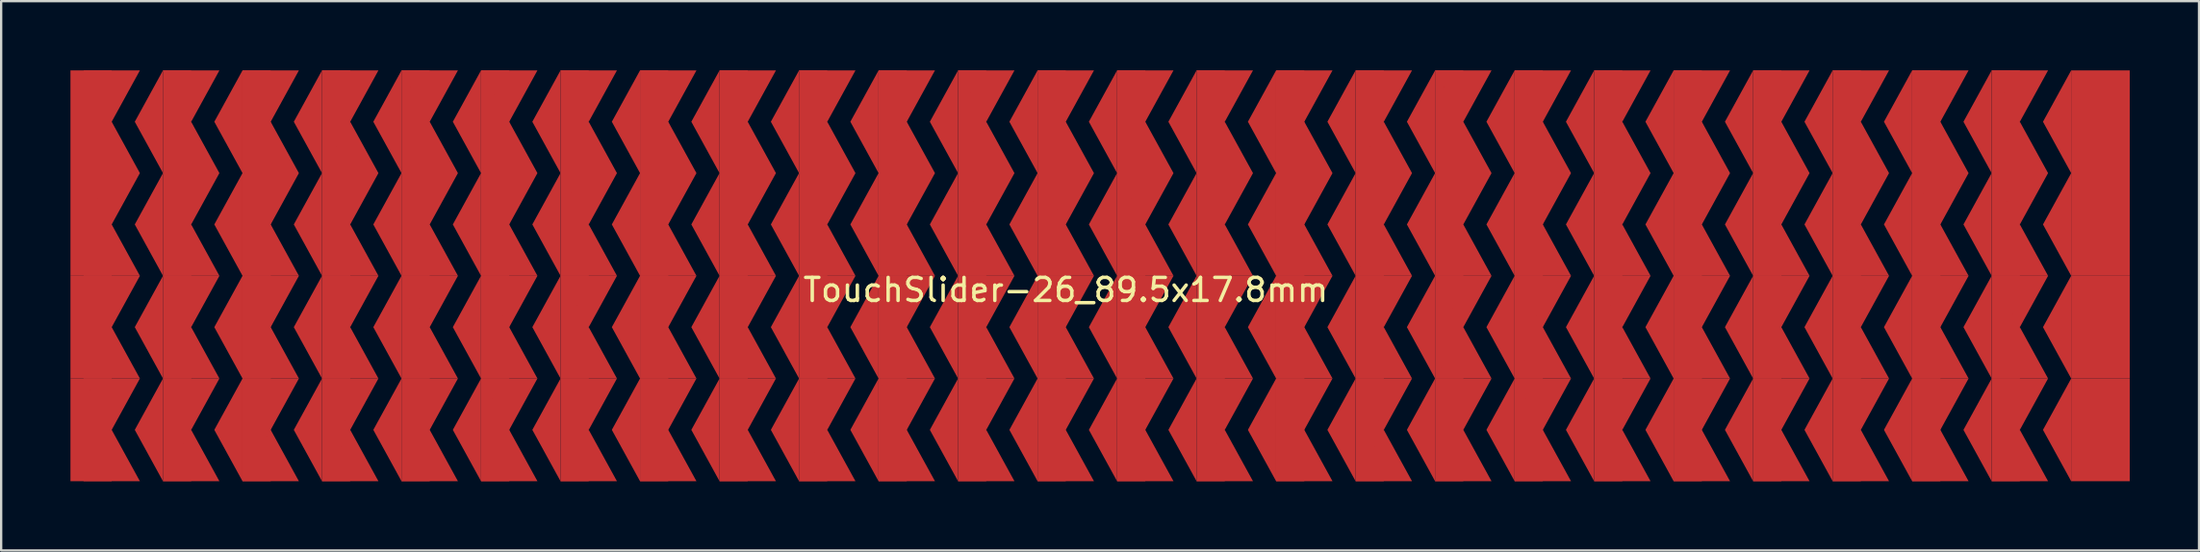
<source format=kicad_pcb>
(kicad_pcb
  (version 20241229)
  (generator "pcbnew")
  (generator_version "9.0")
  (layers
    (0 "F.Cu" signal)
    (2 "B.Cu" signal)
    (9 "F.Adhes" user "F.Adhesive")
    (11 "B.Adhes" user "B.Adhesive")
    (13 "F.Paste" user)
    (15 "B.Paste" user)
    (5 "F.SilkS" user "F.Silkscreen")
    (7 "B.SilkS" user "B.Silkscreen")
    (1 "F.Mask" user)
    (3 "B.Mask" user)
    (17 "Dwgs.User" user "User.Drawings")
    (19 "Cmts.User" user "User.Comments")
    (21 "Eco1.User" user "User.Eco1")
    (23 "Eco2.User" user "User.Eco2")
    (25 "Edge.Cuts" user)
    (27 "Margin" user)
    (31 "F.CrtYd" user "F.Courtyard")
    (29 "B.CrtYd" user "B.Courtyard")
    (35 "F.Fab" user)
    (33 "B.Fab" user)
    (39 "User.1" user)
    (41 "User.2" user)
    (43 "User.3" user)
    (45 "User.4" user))
  (footprint "TouchSlider-26_89.5x17.8mm"
    (layer "F.Cu")
    (at 44.204 8.9)
    (property "Reference" "TouchSlider-26_89.5x17.8mm" (at -1.111 0.613 0) (unlocked yes) (layer "F.SilkS") (effects (font (size 1 1) (thickness 0.15))))
    (attr smd)
    (pad "1" smd rect (at -43.311 -6.675) (size 1.785 4.45) (layers "F.Cu" "F.Mask"))
    (pad "1" smd rect (at -43.311 -2.225) (size 1.785 4.45) (layers "F.Cu" "F.Mask"))
    (pad "1" smd rect (at -43.311 2.225) (size 1.785 4.45) (layers "F.Cu" "F.Mask"))
    (pad "1" smd rect (at -43.311 6.675) (size 1.785 4.45) (layers "F.Cu" "F.Mask"))
    (pad "1" smd trapezoid (at -42.418 -7.787) (size 1.221 2.225) (rect_delta 0 -1.221) (layers "F.Cu" "F.Mask"))
    (pad "1" smd trapezoid (at -42.418 -5.562) (size 1.221 2.225) (rect_delta 0 1.221) (layers "F.Cu" "F.Mask"))
    (pad "1" smd trapezoid (at -42.418 -3.337) (size 1.221 2.225) (rect_delta 0 -1.221) (layers "F.Cu" "F.Mask"))
    (pad "1" smd trapezoid (at -42.418 -1.113) (size 1.221 2.225) (rect_delta 0 1.221) (layers "F.Cu" "F.Mask"))
    (pad "1" smd trapezoid (at -42.418 1.113) (size 1.221 2.225) (rect_delta 0 -1.221) (layers "F.Cu" "F.Mask"))
    (pad "1" smd trapezoid (at -42.418 3.337) (size 1.221 2.225) (rect_delta 0 1.221) (layers "F.Cu" "F.Mask"))
    (pad "1" smd trapezoid (at -42.418 5.562) (size 1.221 2.225) (rect_delta 0 -1.221) (layers "F.Cu" "F.Mask"))
    (pad "1" smd trapezoid (at -42.418 7.787) (size 1.221 2.225) (rect_delta 0 1.221) (layers "F.Cu" "F.Mask"))
    (pad "2" smd trapezoid (at -40.808 -6.675) (size 1.221 2.225) (rect_delta -2.225 0) (layers "F.Cu" "F.Mask"))
    (pad "2" smd trapezoid (at -40.808 -2.225) (size 1.221 2.225) (rect_delta -2.225 0) (layers "F.Cu" "F.Mask"))
    (pad "2" smd trapezoid (at -40.808 2.225) (size 1.221 2.225) (rect_delta -2.225 0) (layers "F.Cu" "F.Mask"))
    (pad "2" smd trapezoid (at -40.808 6.675) (size 1.221 2.225) (rect_delta -2.225 0) (layers "F.Cu" "F.Mask"))
    (pad "2" smd rect (at -39.587 -6.675) (size 1.221 4.45) (layers "F.Cu" "F.Mask"))
    (pad "2" smd rect (at -39.587 -2.225) (size 1.221 4.45) (layers "F.Cu" "F.Mask"))
    (pad "2" smd rect (at -39.587 2.225) (size 1.221 4.45) (layers "F.Cu" "F.Mask"))
    (pad "2" smd rect (at -39.587 6.675) (size 1.221 4.45) (layers "F.Cu" "F.Mask"))
    (pad "2" smd trapezoid (at -38.976 -7.787) (size 1.221 2.225) (rect_delta 0 -1.221) (layers "F.Cu" "F.Mask"))
    (pad "2" smd trapezoid (at -38.976 -5.562) (size 1.221 2.225) (rect_delta 0 1.221) (layers "F.Cu" "F.Mask"))
    (pad "2" smd trapezoid (at -38.976 -3.337) (size 1.221 2.225) (rect_delta 0 -1.221) (layers "F.Cu" "F.Mask"))
    (pad "2" smd trapezoid (at -38.976 -1.113) (size 1.221 2.225) (rect_delta 0 1.221) (layers "F.Cu" "F.Mask"))
    (pad "2" smd trapezoid (at -38.976 1.113) (size 1.221 2.225) (rect_delta 0 -1.221) (layers "F.Cu" "F.Mask"))
    (pad "2" smd trapezoid (at -38.976 3.337) (size 1.221 2.225) (rect_delta 0 1.221) (layers "F.Cu" "F.Mask"))
    (pad "2" smd trapezoid (at -38.976 5.562) (size 1.221 2.225) (rect_delta 0 -1.221) (layers "F.Cu" "F.Mask"))
    (pad "2" smd trapezoid (at -38.976 7.787) (size 1.221 2.225) (rect_delta 0 1.221) (layers "F.Cu" "F.Mask"))
    (pad "3" smd trapezoid (at -37.365 -6.675) (size 1.221 2.225) (rect_delta -2.225 0) (layers "F.Cu" "F.Mask"))
    (pad "3" smd trapezoid (at -37.365 -2.225) (size 1.221 2.225) (rect_delta -2.225 0) (layers "F.Cu" "F.Mask"))
    (pad "3" smd trapezoid (at -37.365 2.225) (size 1.221 2.225) (rect_delta -2.225 0) (layers "F.Cu" "F.Mask"))
    (pad "3" smd trapezoid (at -37.365 6.675) (size 1.221 2.225) (rect_delta -2.225 0) (layers "F.Cu" "F.Mask"))
    (pad "3" smd rect (at -36.144 -6.675) (size 1.221 4.45) (layers "F.Cu" "F.Mask"))
    (pad "3" smd rect (at -36.144 -2.225) (size 1.221 4.45) (layers "F.Cu" "F.Mask"))
    (pad "3" smd rect (at -36.144 2.225) (size 1.221 4.45) (layers "F.Cu" "F.Mask"))
    (pad "3" smd rect (at -36.144 6.675) (size 1.221 4.45) (layers "F.Cu" "F.Mask"))
    (pad "3" smd trapezoid (at -35.534 -7.787) (size 1.221 2.225) (rect_delta 0 -1.221) (layers "F.Cu" "F.Mask"))
    (pad "3" smd trapezoid (at -35.534 -5.562) (size 1.221 2.225) (rect_delta 0 1.221) (layers "F.Cu" "F.Mask"))
    (pad "3" smd trapezoid (at -35.534 -3.337) (size 1.221 2.225) (rect_delta 0 -1.221) (layers "F.Cu" "F.Mask"))
    (pad "3" smd trapezoid (at -35.534 -1.113) (size 1.221 2.225) (rect_delta 0 1.221) (layers "F.Cu" "F.Mask"))
    (pad "3" smd trapezoid (at -35.534 1.113) (size 1.221 2.225) (rect_delta 0 -1.221) (layers "F.Cu" "F.Mask"))
    (pad "3" smd trapezoid (at -35.534 3.337) (size 1.221 2.225) (rect_delta 0 1.221) (layers "F.Cu" "F.Mask"))
    (pad "3" smd trapezoid (at -35.534 5.562) (size 1.221 2.225) (rect_delta 0 -1.221) (layers "F.Cu" "F.Mask"))
    (pad "3" smd trapezoid (at -35.534 7.787) (size 1.221 2.225) (rect_delta 0 1.221) (layers "F.Cu" "F.Mask"))
    (pad "4" smd trapezoid (at -33.923 -6.675) (size 1.221 2.225) (rect_delta -2.225 0) (layers "F.Cu" "F.Mask"))
    (pad "4" smd trapezoid (at -33.923 -2.225) (size 1.221 2.225) (rect_delta -2.225 0) (layers "F.Cu" "F.Mask"))
    (pad "4" smd trapezoid (at -33.923 2.225) (size 1.221 2.225) (rect_delta -2.225 0) (layers "F.Cu" "F.Mask"))
    (pad "4" smd trapezoid (at -33.923 6.675) (size 1.221 2.225) (rect_delta -2.225 0) (layers "F.Cu" "F.Mask"))
    (pad "4" smd rect (at -32.702 -6.675) (size 1.221 4.45) (layers "F.Cu" "F.Mask"))
    (pad "4" smd rect (at -32.702 -2.225) (size 1.221 4.45) (layers "F.Cu" "F.Mask"))
    (pad "4" smd rect (at -32.702 2.225) (size 1.221 4.45) (layers "F.Cu" "F.Mask"))
    (pad "4" smd rect (at -32.702 6.675) (size 1.221 4.45) (layers "F.Cu" "F.Mask"))
    (pad "4" smd trapezoid (at -32.091 -7.787) (size 1.221 2.225) (rect_delta 0 -1.221) (layers "F.Cu" "F.Mask"))
    (pad "4" smd trapezoid (at -32.091 -5.562) (size 1.221 2.225) (rect_delta 0 1.221) (layers "F.Cu" "F.Mask"))
    (pad "4" smd trapezoid (at -32.091 -3.337) (size 1.221 2.225) (rect_delta 0 -1.221) (layers "F.Cu" "F.Mask"))
    (pad "4" smd trapezoid (at -32.091 -1.113) (size 1.221 2.225) (rect_delta 0 1.221) (layers "F.Cu" "F.Mask"))
    (pad "4" smd trapezoid (at -32.091 1.113) (size 1.221 2.225) (rect_delta 0 -1.221) (layers "F.Cu" "F.Mask"))
    (pad "4" smd trapezoid (at -32.091 3.337) (size 1.221 2.225) (rect_delta 0 1.221) (layers "F.Cu" "F.Mask"))
    (pad "4" smd trapezoid (at -32.091 5.562) (size 1.221 2.225) (rect_delta 0 -1.221) (layers "F.Cu" "F.Mask"))
    (pad "4" smd trapezoid (at -32.091 7.787) (size 1.221 2.225) (rect_delta 0 1.221) (layers "F.Cu" "F.Mask"))
    (pad "5" smd trapezoid (at -30.481 -6.675) (size 1.221 2.225) (rect_delta -2.225 0) (layers "F.Cu" "F.Mask"))
    (pad "5" smd trapezoid (at -30.481 -2.225) (size 1.221 2.225) (rect_delta -2.225 0) (layers "F.Cu" "F.Mask"))
    (pad "5" smd trapezoid (at -30.481 2.225) (size 1.221 2.225) (rect_delta -2.225 0) (layers "F.Cu" "F.Mask"))
    (pad "5" smd trapezoid (at -30.481 6.675) (size 1.221 2.225) (rect_delta -2.225 0) (layers "F.Cu" "F.Mask"))
    (pad "5" smd rect (at -29.26 -6.675) (size 1.221 4.45) (layers "F.Cu" "F.Mask"))
    (pad "5" smd rect (at -29.26 -2.225) (size 1.221 4.45) (layers "F.Cu" "F.Mask"))
    (pad "5" smd rect (at -29.26 2.225) (size 1.221 4.45) (layers "F.Cu" "F.Mask"))
    (pad "5" smd rect (at -29.26 6.675) (size 1.221 4.45) (layers "F.Cu" "F.Mask"))
    (pad "5" smd trapezoid (at -28.649 -7.787) (size 1.221 2.225) (rect_delta 0 -1.221) (layers "F.Cu" "F.Mask"))
    (pad "5" smd trapezoid (at -28.649 -5.562) (size 1.221 2.225) (rect_delta 0 1.221) (layers "F.Cu" "F.Mask"))
    (pad "5" smd trapezoid (at -28.649 -3.337) (size 1.221 2.225) (rect_delta 0 -1.221) (layers "F.Cu" "F.Mask"))
    (pad "5" smd trapezoid (at -28.649 -1.113) (size 1.221 2.225) (rect_delta 0 1.221) (layers "F.Cu" "F.Mask"))
    (pad "5" smd trapezoid (at -28.649 1.113) (size 1.221 2.225) (rect_delta 0 -1.221) (layers "F.Cu" "F.Mask"))
    (pad "5" smd trapezoid (at -28.649 3.337) (size 1.221 2.225) (rect_delta 0 1.221) (layers "F.Cu" "F.Mask"))
    (pad "5" smd trapezoid (at -28.649 5.562) (size 1.221 2.225) (rect_delta 0 -1.221) (layers "F.Cu" "F.Mask"))
    (pad "5" smd trapezoid (at -28.649 7.787) (size 1.221 2.225) (rect_delta 0 1.221) (layers "F.Cu" "F.Mask"))
    (pad "6" smd trapezoid (at -27.038 -6.675) (size 1.221 2.225) (rect_delta -2.225 0) (layers "F.Cu" "F.Mask"))
    (pad "6" smd trapezoid (at -27.038 -2.225) (size 1.221 2.225) (rect_delta -2.225 0) (layers "F.Cu" "F.Mask"))
    (pad "6" smd trapezoid (at -27.038 2.225) (size 1.221 2.225) (rect_delta -2.225 0) (layers "F.Cu" "F.Mask"))
    (pad "6" smd trapezoid (at -27.038 6.675) (size 1.221 2.225) (rect_delta -2.225 0) (layers "F.Cu" "F.Mask"))
    (pad "6" smd rect (at -25.817 -6.675) (size 1.221 4.45) (layers "F.Cu" "F.Mask"))
    (pad "6" smd rect (at -25.817 -2.225) (size 1.221 4.45) (layers "F.Cu" "F.Mask"))
    (pad "6" smd rect (at -25.817 2.225) (size 1.221 4.45) (layers "F.Cu" "F.Mask"))
    (pad "6" smd rect (at -25.817 6.675) (size 1.221 4.45) (layers "F.Cu" "F.Mask"))
    (pad "6" smd trapezoid (at -25.207 -7.787) (size 1.221 2.225) (rect_delta 0 -1.221) (layers "F.Cu" "F.Mask"))
    (pad "6" smd trapezoid (at -25.207 -5.562) (size 1.221 2.225) (rect_delta 0 1.221) (layers "F.Cu" "F.Mask"))
    (pad "6" smd trapezoid (at -25.207 -3.337) (size 1.221 2.225) (rect_delta 0 -1.221) (layers "F.Cu" "F.Mask"))
    (pad "6" smd trapezoid (at -25.207 -1.113) (size 1.221 2.225) (rect_delta 0 1.221) (layers "F.Cu" "F.Mask"))
    (pad "6" smd trapezoid (at -25.207 1.113) (size 1.221 2.225) (rect_delta 0 -1.221) (layers "F.Cu" "F.Mask"))
    (pad "6" smd trapezoid (at -25.207 3.337) (size 1.221 2.225) (rect_delta 0 1.221) (layers "F.Cu" "F.Mask"))
    (pad "6" smd trapezoid (at -25.207 5.562) (size 1.221 2.225) (rect_delta 0 -1.221) (layers "F.Cu" "F.Mask"))
    (pad "6" smd trapezoid (at -25.207 7.787) (size 1.221 2.225) (rect_delta 0 1.221) (layers "F.Cu" "F.Mask"))
    (pad "7" smd trapezoid (at -23.596 -6.675) (size 1.221 2.225) (rect_delta -2.225 0) (layers "F.Cu" "F.Mask"))
    (pad "7" smd trapezoid (at -23.596 -2.225) (size 1.221 2.225) (rect_delta -2.225 0) (layers "F.Cu" "F.Mask"))
    (pad "7" smd trapezoid (at -23.596 2.225) (size 1.221 2.225) (rect_delta -2.225 0) (layers "F.Cu" "F.Mask"))
    (pad "7" smd trapezoid (at -23.596 6.675) (size 1.221 2.225) (rect_delta -2.225 0) (layers "F.Cu" "F.Mask"))
    (pad "7" smd rect (at -22.375 -6.675) (size 1.221 4.45) (layers "F.Cu" "F.Mask"))
    (pad "7" smd rect (at -22.375 -2.225) (size 1.221 4.45) (layers "F.Cu" "F.Mask"))
    (pad "7" smd rect (at -22.375 2.225) (size 1.221 4.45) (layers "F.Cu" "F.Mask"))
    (pad "7" smd rect (at -22.375 6.675) (size 1.221 4.45) (layers "F.Cu" "F.Mask"))
    (pad "7" smd trapezoid (at -21.764 -7.787) (size 1.221 2.225) (rect_delta 0 -1.221) (layers "F.Cu" "F.Mask"))
    (pad "7" smd trapezoid (at -21.764 -5.562) (size 1.221 2.225) (rect_delta 0 1.221) (layers "F.Cu" "F.Mask"))
    (pad "7" smd trapezoid (at -21.764 -3.337) (size 1.221 2.225) (rect_delta 0 -1.221) (layers "F.Cu" "F.Mask"))
    (pad "7" smd trapezoid (at -21.764 -1.113) (size 1.221 2.225) (rect_delta 0 1.221) (layers "F.Cu" "F.Mask"))
    (pad "7" smd trapezoid (at -21.764 1.113) (size 1.221 2.225) (rect_delta 0 -1.221) (layers "F.Cu" "F.Mask"))
    (pad "7" smd trapezoid (at -21.764 3.337) (size 1.221 2.225) (rect_delta 0 1.221) (layers "F.Cu" "F.Mask"))
    (pad "7" smd trapezoid (at -21.764 5.562) (size 1.221 2.225) (rect_delta 0 -1.221) (layers "F.Cu" "F.Mask"))
    (pad "7" smd trapezoid (at -21.764 7.787) (size 1.221 2.225) (rect_delta 0 1.221) (layers "F.Cu" "F.Mask"))
    (pad "8" smd trapezoid (at -20.154 -6.675) (size 1.221 2.225) (rect_delta -2.225 0) (layers "F.Cu" "F.Mask"))
    (pad "8" smd trapezoid (at -20.154 -2.225) (size 1.221 2.225) (rect_delta -2.225 0) (layers "F.Cu" "F.Mask"))
    (pad "8" smd trapezoid (at -20.154 2.225) (size 1.221 2.225) (rect_delta -2.225 0) (layers "F.Cu" "F.Mask"))
    (pad "8" smd trapezoid (at -20.154 6.675) (size 1.221 2.225) (rect_delta -2.225 0) (layers "F.Cu" "F.Mask"))
    (pad "8" smd rect (at -18.933 -6.675) (size 1.221 4.45) (layers "F.Cu" "F.Mask"))
    (pad "8" smd rect (at -18.933 -2.225) (size 1.221 4.45) (layers "F.Cu" "F.Mask"))
    (pad "8" smd rect (at -18.933 2.225) (size 1.221 4.45) (layers "F.Cu" "F.Mask"))
    (pad "8" smd rect (at -18.933 6.675) (size 1.221 4.45) (layers "F.Cu" "F.Mask"))
    (pad "8" smd trapezoid (at -18.322 -7.787) (size 1.221 2.225) (rect_delta 0 -1.221) (layers "F.Cu" "F.Mask"))
    (pad "8" smd trapezoid (at -18.322 -5.562) (size 1.221 2.225) (rect_delta 0 1.221) (layers "F.Cu" "F.Mask"))
    (pad "8" smd trapezoid (at -18.322 -3.337) (size 1.221 2.225) (rect_delta 0 -1.221) (layers "F.Cu" "F.Mask"))
    (pad "8" smd trapezoid (at -18.322 -1.113) (size 1.221 2.225) (rect_delta 0 1.221) (layers "F.Cu" "F.Mask"))
    (pad "8" smd trapezoid (at -18.322 1.113) (size 1.221 2.225) (rect_delta 0 -1.221) (layers "F.Cu" "F.Mask"))
    (pad "8" smd trapezoid (at -18.322 3.337) (size 1.221 2.225) (rect_delta 0 1.221) (layers "F.Cu" "F.Mask"))
    (pad "8" smd trapezoid (at -18.322 5.562) (size 1.221 2.225) (rect_delta 0 -1.221) (layers "F.Cu" "F.Mask"))
    (pad "8" smd trapezoid (at -18.322 7.787) (size 1.221 2.225) (rect_delta 0 1.221) (layers "F.Cu" "F.Mask"))
    (pad "9" smd trapezoid (at -16.712 -6.675) (size 1.221 2.225) (rect_delta -2.225 0) (layers "F.Cu" "F.Mask"))
    (pad "9" smd trapezoid (at -16.712 -2.225) (size 1.221 2.225) (rect_delta -2.225 0) (layers "F.Cu" "F.Mask"))
    (pad "9" smd trapezoid (at -16.712 2.225) (size 1.221 2.225) (rect_delta -2.225 0) (layers "F.Cu" "F.Mask"))
    (pad "9" smd trapezoid (at -16.712 6.675) (size 1.221 2.225) (rect_delta -2.225 0) (layers "F.Cu" "F.Mask"))
    (pad "9" smd rect (at -15.49 -6.675) (size 1.221 4.45) (layers "F.Cu" "F.Mask"))
    (pad "9" smd rect (at -15.49 -2.225) (size 1.221 4.45) (layers "F.Cu" "F.Mask"))
    (pad "9" smd rect (at -15.49 2.225) (size 1.221 4.45) (layers "F.Cu" "F.Mask"))
    (pad "9" smd rect (at -15.49 6.675) (size 1.221 4.45) (layers "F.Cu" "F.Mask"))
    (pad "9" smd trapezoid (at -14.88 -7.787) (size 1.221 2.225) (rect_delta 0 -1.221) (layers "F.Cu" "F.Mask"))
    (pad "9" smd trapezoid (at -14.88 -5.562) (size 1.221 2.225) (rect_delta 0 1.221) (layers "F.Cu" "F.Mask"))
    (pad "9" smd trapezoid (at -14.88 -3.337) (size 1.221 2.225) (rect_delta 0 -1.221) (layers "F.Cu" "F.Mask"))
    (pad "9" smd trapezoid (at -14.88 -1.113) (size 1.221 2.225) (rect_delta 0 1.221) (layers "F.Cu" "F.Mask"))
    (pad "9" smd trapezoid (at -14.88 1.113) (size 1.221 2.225) (rect_delta 0 -1.221) (layers "F.Cu" "F.Mask"))
    (pad "9" smd trapezoid (at -14.88 3.337) (size 1.221 2.225) (rect_delta 0 1.221) (layers "F.Cu" "F.Mask"))
    (pad "9" smd trapezoid (at -14.88 5.562) (size 1.221 2.225) (rect_delta 0 -1.221) (layers "F.Cu" "F.Mask"))
    (pad "9" smd trapezoid (at -14.88 7.787) (size 1.221 2.225) (rect_delta 0 1.221) (layers "F.Cu" "F.Mask"))
    (pad "10" smd trapezoid (at -13.269 -6.675) (size 1.221 2.225) (rect_delta -2.225 0) (layers "F.Cu" "F.Mask"))
    (pad "10" smd trapezoid (at -13.269 -2.225) (size 1.221 2.225) (rect_delta -2.225 0) (layers "F.Cu" "F.Mask"))
    (pad "10" smd trapezoid (at -13.269 2.225) (size 1.221 2.225) (rect_delta -2.225 0) (layers "F.Cu" "F.Mask"))
    (pad "10" smd trapezoid (at -13.269 6.675) (size 1.221 2.225) (rect_delta -2.225 0) (layers "F.Cu" "F.Mask"))
    (pad "10" smd rect (at -12.048 -6.675) (size 1.221 4.45) (layers "F.Cu" "F.Mask"))
    (pad "10" smd rect (at -12.048 -2.225) (size 1.221 4.45) (layers "F.Cu" "F.Mask"))
    (pad "10" smd rect (at -12.048 2.225) (size 1.221 4.45) (layers "F.Cu" "F.Mask"))
    (pad "10" smd rect (at -12.048 6.675) (size 1.221 4.45) (layers "F.Cu" "F.Mask"))
    (pad "10" smd trapezoid (at -11.437 -7.787) (size 1.221 2.225) (rect_delta 0 -1.221) (layers "F.Cu" "F.Mask"))
    (pad "10" smd trapezoid (at -11.437 -5.562) (size 1.221 2.225) (rect_delta 0 1.221) (layers "F.Cu" "F.Mask"))
    (pad "10" smd trapezoid (at -11.437 -3.337) (size 1.221 2.225) (rect_delta 0 -1.221) (layers "F.Cu" "F.Mask"))
    (pad "10" smd trapezoid (at -11.437 -1.113) (size 1.221 2.225) (rect_delta 0 1.221) (layers "F.Cu" "F.Mask"))
    (pad "10" smd trapezoid (at -11.437 1.113) (size 1.221 2.225) (rect_delta 0 -1.221) (layers "F.Cu" "F.Mask"))
    (pad "10" smd trapezoid (at -11.437 3.337) (size 1.221 2.225) (rect_delta 0 1.221) (layers "F.Cu" "F.Mask"))
    (pad "10" smd trapezoid (at -11.437 5.562) (size 1.221 2.225) (rect_delta 0 -1.221) (layers "F.Cu" "F.Mask"))
    (pad "10" smd trapezoid (at -11.437 7.787) (size 1.221 2.225) (rect_delta 0 1.221) (layers "F.Cu" "F.Mask"))
    (pad "11" smd trapezoid (at -9.827 -6.675) (size 1.221 2.225) (rect_delta -2.225 0) (layers "F.Cu" "F.Mask"))
    (pad "11" smd trapezoid (at -9.827 -2.225) (size 1.221 2.225) (rect_delta -2.225 0) (layers "F.Cu" "F.Mask"))
    (pad "11" smd trapezoid (at -9.827 2.225) (size 1.221 2.225) (rect_delta -2.225 0) (layers "F.Cu" "F.Mask"))
    (pad "11" smd trapezoid (at -9.827 6.675) (size 1.221 2.225) (rect_delta -2.225 0) (layers "F.Cu" "F.Mask"))
    (pad "11" smd rect (at -8.606 -6.675) (size 1.221 4.45) (layers "F.Cu" "F.Mask"))
    (pad "11" smd rect (at -8.606 -2.225) (size 1.221 4.45) (layers "F.Cu" "F.Mask"))
    (pad "11" smd rect (at -8.606 2.225) (size 1.221 4.45) (layers "F.Cu" "F.Mask"))
    (pad "11" smd rect (at -8.606 6.675) (size 1.221 4.45) (layers "F.Cu" "F.Mask"))
    (pad "11" smd trapezoid (at -7.995 -7.787) (size 1.221 2.225) (rect_delta 0 -1.221) (layers "F.Cu" "F.Mask"))
    (pad "11" smd trapezoid (at -7.995 -5.562) (size 1.221 2.225) (rect_delta 0 1.221) (layers "F.Cu" "F.Mask"))
    (pad "11" smd trapezoid (at -7.995 -3.337) (size 1.221 2.225) (rect_delta 0 -1.221) (layers "F.Cu" "F.Mask"))
    (pad "11" smd trapezoid (at -7.995 -1.113) (size 1.221 2.225) (rect_delta 0 1.221) (layers "F.Cu" "F.Mask"))
    (pad "11" smd trapezoid (at -7.995 1.113) (size 1.221 2.225) (rect_delta 0 -1.221) (layers "F.Cu" "F.Mask"))
    (pad "11" smd trapezoid (at -7.995 3.337) (size 1.221 2.225) (rect_delta 0 1.221) (layers "F.Cu" "F.Mask"))
    (pad "11" smd trapezoid (at -7.995 5.562) (size 1.221 2.225) (rect_delta 0 -1.221) (layers "F.Cu" "F.Mask"))
    (pad "11" smd trapezoid (at -7.995 7.787) (size 1.221 2.225) (rect_delta 0 1.221) (layers "F.Cu" "F.Mask"))
    (pad "12" smd trapezoid (at -6.385 -6.675) (size 1.221 2.225) (rect_delta -2.225 0) (layers "F.Cu" "F.Mask"))
    (pad "12" smd trapezoid (at -6.385 -2.225) (size 1.221 2.225) (rect_delta -2.225 0) (layers "F.Cu" "F.Mask"))
    (pad "12" smd trapezoid (at -6.385 2.225) (size 1.221 2.225) (rect_delta -2.225 0) (layers "F.Cu" "F.Mask"))
    (pad "12" smd trapezoid (at -6.385 6.675) (size 1.221 2.225) (rect_delta -2.225 0) (layers "F.Cu" "F.Mask"))
    (pad "12" smd rect (at -5.163 -6.675) (size 1.221 4.45) (layers "F.Cu" "F.Mask"))
    (pad "12" smd rect (at -5.163 -2.225) (size 1.221 4.45) (layers "F.Cu" "F.Mask"))
    (pad "12" smd rect (at -5.163 2.225) (size 1.221 4.45) (layers "F.Cu" "F.Mask"))
    (pad "12" smd rect (at -5.163 6.675) (size 1.221 4.45) (layers "F.Cu" "F.Mask"))
    (pad "12" smd trapezoid (at -4.553 -7.787) (size 1.221 2.225) (rect_delta 0 -1.221) (layers "F.Cu" "F.Mask"))
    (pad "12" smd trapezoid (at -4.553 -5.562) (size 1.221 2.225) (rect_delta 0 1.221) (layers "F.Cu" "F.Mask"))
    (pad "12" smd trapezoid (at -4.553 -3.337) (size 1.221 2.225) (rect_delta 0 -1.221) (layers "F.Cu" "F.Mask"))
    (pad "12" smd trapezoid (at -4.553 -1.113) (size 1.221 2.225) (rect_delta 0 1.221) (layers "F.Cu" "F.Mask"))
    (pad "12" smd trapezoid (at -4.553 1.113) (size 1.221 2.225) (rect_delta 0 -1.221) (layers "F.Cu" "F.Mask"))
    (pad "12" smd trapezoid (at -4.553 3.337) (size 1.221 2.225) (rect_delta 0 1.221) (layers "F.Cu" "F.Mask"))
    (pad "12" smd trapezoid (at -4.553 5.562) (size 1.221 2.225) (rect_delta 0 -1.221) (layers "F.Cu" "F.Mask"))
    (pad "12" smd trapezoid (at -4.553 7.787) (size 1.221 2.225) (rect_delta 0 1.221) (layers "F.Cu" "F.Mask"))
    (pad "13" smd trapezoid (at -2.942 -6.675) (size 1.221 2.225) (rect_delta -2.225 0) (layers "F.Cu" "F.Mask"))
    (pad "13" smd trapezoid (at -2.942 -2.225) (size 1.221 2.225) (rect_delta -2.225 0) (layers "F.Cu" "F.Mask"))
    (pad "13" smd trapezoid (at -2.942 2.225) (size 1.221 2.225) (rect_delta -2.225 0) (layers "F.Cu" "F.Mask"))
    (pad "13" smd trapezoid (at -2.942 6.675) (size 1.221 2.225) (rect_delta -2.225 0) (layers "F.Cu" "F.Mask"))
    (pad "13" smd rect (at -1.721 -6.675) (size 1.221 4.45) (layers "F.Cu" "F.Mask"))
    (pad "13" smd rect (at -1.721 -2.225) (size 1.221 4.45) (layers "F.Cu" "F.Mask"))
    (pad "13" smd rect (at -1.721 2.225) (size 1.221 4.45) (layers "F.Cu" "F.Mask"))
    (pad "13" smd rect (at -1.721 6.675) (size 1.221 4.45) (layers "F.Cu" "F.Mask"))
    (pad "13" smd trapezoid (at -1.111 -7.787) (size 1.221 2.225) (rect_delta 0 -1.221) (layers "F.Cu" "F.Mask"))
    (pad "13" smd trapezoid (at -1.111 -5.562) (size 1.221 2.225) (rect_delta 0 1.221) (layers "F.Cu" "F.Mask"))
    (pad "13" smd trapezoid (at -1.111 -3.337) (size 1.221 2.225) (rect_delta 0 -1.221) (layers "F.Cu" "F.Mask"))
    (pad "13" smd trapezoid (at -1.111 -1.113) (size 1.221 2.225) (rect_delta 0 1.221) (layers "F.Cu" "F.Mask"))
    (pad "13" smd trapezoid (at -1.111 1.113) (size 1.221 2.225) (rect_delta 0 -1.221) (layers "F.Cu" "F.Mask"))
    (pad "13" smd trapezoid (at -1.111 3.337) (size 1.221 2.225) (rect_delta 0 1.221) (layers "F.Cu" "F.Mask"))
    (pad "13" smd trapezoid (at -1.111 5.562) (size 1.221 2.225) (rect_delta 0 -1.221) (layers "F.Cu" "F.Mask"))
    (pad "13" smd trapezoid (at -1.111 7.787) (size 1.221 2.225) (rect_delta 0 1.221) (layers "F.Cu" "F.Mask"))
    (pad "14" smd trapezoid (at 0.5 -6.675) (size 1.221 2.225) (rect_delta -2.225 0) (layers "F.Cu" "F.Mask"))
    (pad "14" smd trapezoid (at 0.5 -2.225) (size 1.221 2.225) (rect_delta -2.225 0) (layers "F.Cu" "F.Mask"))
    (pad "14" smd trapezoid (at 0.5 2.225) (size 1.221 2.225) (rect_delta -2.225 0) (layers "F.Cu" "F.Mask"))
    (pad "14" smd trapezoid (at 0.5 6.675) (size 1.221 2.225) (rect_delta -2.225 0) (layers "F.Cu" "F.Mask"))
    (pad "14" smd rect (at 1.721 -6.675) (size 1.221 4.45) (layers "F.Cu" "F.Mask"))
    (pad "14" smd rect (at 1.721 -2.225) (size 1.221 4.45) (layers "F.Cu" "F.Mask"))
    (pad "14" smd rect (at 1.721 2.225) (size 1.221 4.45) (layers "F.Cu" "F.Mask"))
    (pad "14" smd rect (at 1.721 6.675) (size 1.221 4.45) (layers "F.Cu" "F.Mask"))
    (pad "14" smd trapezoid (at 2.332 -7.787) (size 1.221 2.225) (rect_delta 0 -1.221) (layers "F.Cu" "F.Mask"))
    (pad "14" smd trapezoid (at 2.332 -5.562) (size 1.221 2.225) (rect_delta 0 1.221) (layers "F.Cu" "F.Mask"))
    (pad "14" smd trapezoid (at 2.332 -3.337) (size 1.221 2.225) (rect_delta 0 -1.221) (layers "F.Cu" "F.Mask"))
    (pad "14" smd trapezoid (at 2.332 -1.113) (size 1.221 2.225) (rect_delta 0 1.221) (layers "F.Cu" "F.Mask"))
    (pad "14" smd trapezoid (at 2.332 1.113) (size 1.221 2.225) (rect_delta 0 -1.221) (layers "F.Cu" "F.Mask"))
    (pad "14" smd trapezoid (at 2.332 3.337) (size 1.221 2.225) (rect_delta 0 1.221) (layers "F.Cu" "F.Mask"))
    (pad "14" smd trapezoid (at 2.332 5.562) (size 1.221 2.225) (rect_delta 0 -1.221) (layers "F.Cu" "F.Mask"))
    (pad "14" smd trapezoid (at 2.332 7.787) (size 1.221 2.225) (rect_delta 0 1.221) (layers "F.Cu" "F.Mask"))
    (pad "15" smd trapezoid (at 3.942 -6.675) (size 1.221 2.225) (rect_delta -2.225 0) (layers "F.Cu" "F.Mask"))
    (pad "15" smd trapezoid (at 3.942 -2.225) (size 1.221 2.225) (rect_delta -2.225 0) (layers "F.Cu" "F.Mask"))
    (pad "15" smd trapezoid (at 3.942 2.225) (size 1.221 2.225) (rect_delta -2.225 0) (layers "F.Cu" "F.Mask"))
    (pad "15" smd trapezoid (at 3.942 6.675) (size 1.221 2.225) (rect_delta -2.225 0) (layers "F.Cu" "F.Mask"))
    (pad "15" smd rect (at 5.163 -6.675) (size 1.221 4.45) (layers "F.Cu" "F.Mask"))
    (pad "15" smd rect (at 5.163 -2.225) (size 1.221 4.45) (layers "F.Cu" "F.Mask"))
    (pad "15" smd rect (at 5.163 2.225) (size 1.221 4.45) (layers "F.Cu" "F.Mask"))
    (pad "15" smd rect (at 5.163 6.675) (size 1.221 4.45) (layers "F.Cu" "F.Mask"))
    (pad "15" smd trapezoid (at 5.774 -7.787) (size 1.221 2.225) (rect_delta 0 -1.221) (layers "F.Cu" "F.Mask"))
    (pad "15" smd trapezoid (at 5.774 -5.562) (size 1.221 2.225) (rect_delta 0 1.221) (layers "F.Cu" "F.Mask"))
    (pad "15" smd trapezoid (at 5.774 -3.337) (size 1.221 2.225) (rect_delta 0 -1.221) (layers "F.Cu" "F.Mask"))
    (pad "15" smd trapezoid (at 5.774 -1.113) (size 1.221 2.225) (rect_delta 0 1.221) (layers "F.Cu" "F.Mask"))
    (pad "15" smd trapezoid (at 5.774 1.113) (size 1.221 2.225) (rect_delta 0 -1.221) (layers "F.Cu" "F.Mask"))
    (pad "15" smd trapezoid (at 5.774 3.337) (size 1.221 2.225) (rect_delta 0 1.221) (layers "F.Cu" "F.Mask"))
    (pad "15" smd trapezoid (at 5.774 5.562) (size 1.221 2.225) (rect_delta 0 -1.221) (layers "F.Cu" "F.Mask"))
    (pad "15" smd trapezoid (at 5.774 7.787) (size 1.221 2.225) (rect_delta 0 1.221) (layers "F.Cu" "F.Mask"))
    (pad "16" smd trapezoid (at 7.385 -6.675) (size 1.221 2.225) (rect_delta -2.225 0) (layers "F.Cu" "F.Mask"))
    (pad "16" smd trapezoid (at 7.385 -2.225) (size 1.221 2.225) (rect_delta -2.225 0) (layers "F.Cu" "F.Mask"))
    (pad "16" smd trapezoid (at 7.385 2.225) (size 1.221 2.225) (rect_delta -2.225 0) (layers "F.Cu" "F.Mask"))
    (pad "16" smd trapezoid (at 7.385 6.675) (size 1.221 2.225) (rect_delta -2.225 0) (layers "F.Cu" "F.Mask"))
    (pad "16" smd rect (at 8.606 -6.675) (size 1.221 4.45) (layers "F.Cu" "F.Mask"))
    (pad "16" smd rect (at 8.606 -2.225) (size 1.221 4.45) (layers "F.Cu" "F.Mask"))
    (pad "16" smd rect (at 8.606 2.225) (size 1.221 4.45) (layers "F.Cu" "F.Mask"))
    (pad "16" smd rect (at 8.606 6.675) (size 1.221 4.45) (layers "F.Cu" "F.Mask"))
    (pad "16" smd trapezoid (at 9.216 -7.787) (size 1.221 2.225) (rect_delta 0 -1.221) (layers "F.Cu" "F.Mask"))
    (pad "16" smd trapezoid (at 9.216 -5.562) (size 1.221 2.225) (rect_delta 0 1.221) (layers "F.Cu" "F.Mask"))
    (pad "16" smd trapezoid (at 9.216 -3.337) (size 1.221 2.225) (rect_delta 0 -1.221) (layers "F.Cu" "F.Mask"))
    (pad "16" smd trapezoid (at 9.216 -1.113) (size 1.221 2.225) (rect_delta 0 1.221) (layers "F.Cu" "F.Mask"))
    (pad "16" smd trapezoid (at 9.216 1.113) (size 1.221 2.225) (rect_delta 0 -1.221) (layers "F.Cu" "F.Mask"))
    (pad "16" smd trapezoid (at 9.216 3.337) (size 1.221 2.225) (rect_delta 0 1.221) (layers "F.Cu" "F.Mask"))
    (pad "16" smd trapezoid (at 9.216 5.562) (size 1.221 2.225) (rect_delta 0 -1.221) (layers "F.Cu" "F.Mask"))
    (pad "16" smd trapezoid (at 9.216 7.787) (size 1.221 2.225) (rect_delta 0 1.221) (layers "F.Cu" "F.Mask"))
    (pad "17" smd trapezoid (at 10.827 -6.675) (size 1.221 2.225) (rect_delta -2.225 0) (layers "F.Cu" "F.Mask"))
    (pad "17" smd trapezoid (at 10.827 -2.225) (size 1.221 2.225) (rect_delta -2.225 0) (layers "F.Cu" "F.Mask"))
    (pad "17" smd trapezoid (at 10.827 2.225) (size 1.221 2.225) (rect_delta -2.225 0) (layers "F.Cu" "F.Mask"))
    (pad "17" smd trapezoid (at 10.827 6.675) (size 1.221 2.225) (rect_delta -2.225 0) (layers "F.Cu" "F.Mask"))
    (pad "17" smd rect (at 12.048 -6.675) (size 1.221 4.45) (layers "F.Cu" "F.Mask"))
    (pad "17" smd rect (at 12.048 -2.225) (size 1.221 4.45) (layers "F.Cu" "F.Mask"))
    (pad "17" smd rect (at 12.048 2.225) (size 1.221 4.45) (layers "F.Cu" "F.Mask"))
    (pad "17" smd rect (at 12.048 6.675) (size 1.221 4.45) (layers "F.Cu" "F.Mask"))
    (pad "17" smd trapezoid (at 12.659 -7.787) (size 1.221 2.225) (rect_delta 0 -1.221) (layers "F.Cu" "F.Mask"))
    (pad "17" smd trapezoid (at 12.659 -5.562) (size 1.221 2.225) (rect_delta 0 1.221) (layers "F.Cu" "F.Mask"))
    (pad "17" smd trapezoid (at 12.659 -3.337) (size 1.221 2.225) (rect_delta 0 -1.221) (layers "F.Cu" "F.Mask"))
    (pad "17" smd trapezoid (at 12.659 -1.113) (size 1.221 2.225) (rect_delta 0 1.221) (layers "F.Cu" "F.Mask"))
    (pad "17" smd trapezoid (at 12.659 1.113) (size 1.221 2.225) (rect_delta 0 -1.221) (layers "F.Cu" "F.Mask"))
    (pad "17" smd trapezoid (at 12.659 3.337) (size 1.221 2.225) (rect_delta 0 1.221) (layers "F.Cu" "F.Mask"))
    (pad "17" smd trapezoid (at 12.659 5.562) (size 1.221 2.225) (rect_delta 0 -1.221) (layers "F.Cu" "F.Mask"))
    (pad "17" smd trapezoid (at 12.659 7.787) (size 1.221 2.225) (rect_delta 0 1.221) (layers "F.Cu" "F.Mask"))
    (pad "18" smd trapezoid (at 14.269 -6.675) (size 1.221 2.225) (rect_delta -2.225 0) (layers "F.Cu" "F.Mask"))
    (pad "18" smd trapezoid (at 14.269 -2.225) (size 1.221 2.225) (rect_delta -2.225 0) (layers "F.Cu" "F.Mask"))
    (pad "18" smd trapezoid (at 14.269 2.225) (size 1.221 2.225) (rect_delta -2.225 0) (layers "F.Cu" "F.Mask"))
    (pad "18" smd trapezoid (at 14.269 6.675) (size 1.221 2.225) (rect_delta -2.225 0) (layers "F.Cu" "F.Mask"))
    (pad "18" smd rect (at 15.49 -6.675) (size 1.221 4.45) (layers "F.Cu" "F.Mask"))
    (pad "18" smd rect (at 15.49 -2.225) (size 1.221 4.45) (layers "F.Cu" "F.Mask"))
    (pad "18" smd rect (at 15.49 2.225) (size 1.221 4.45) (layers "F.Cu" "F.Mask"))
    (pad "18" smd rect (at 15.49 6.675) (size 1.221 4.45) (layers "F.Cu" "F.Mask"))
    (pad "18" smd trapezoid (at 16.101 -7.787) (size 1.221 2.225) (rect_delta 0 -1.221) (layers "F.Cu" "F.Mask"))
    (pad "18" smd trapezoid (at 16.101 -5.562) (size 1.221 2.225) (rect_delta 0 1.221) (layers "F.Cu" "F.Mask"))
    (pad "18" smd trapezoid (at 16.101 -3.337) (size 1.221 2.225) (rect_delta 0 -1.221) (layers "F.Cu" "F.Mask"))
    (pad "18" smd trapezoid (at 16.101 -1.113) (size 1.221 2.225) (rect_delta 0 1.221) (layers "F.Cu" "F.Mask"))
    (pad "18" smd trapezoid (at 16.101 1.113) (size 1.221 2.225) (rect_delta 0 -1.221) (layers "F.Cu" "F.Mask"))
    (pad "18" smd trapezoid (at 16.101 3.337) (size 1.221 2.225) (rect_delta 0 1.221) (layers "F.Cu" "F.Mask"))
    (pad "18" smd trapezoid (at 16.101 5.562) (size 1.221 2.225) (rect_delta 0 -1.221) (layers "F.Cu" "F.Mask"))
    (pad "18" smd trapezoid (at 16.101 7.787) (size 1.221 2.225) (rect_delta 0 1.221) (layers "F.Cu" "F.Mask"))
    (pad "19" smd trapezoid (at 17.712 -6.675) (size 1.221 2.225) (rect_delta -2.225 0) (layers "F.Cu" "F.Mask"))
    (pad "19" smd trapezoid (at 17.712 -2.225) (size 1.221 2.225) (rect_delta -2.225 0) (layers "F.Cu" "F.Mask"))
    (pad "19" smd trapezoid (at 17.712 2.225) (size 1.221 2.225) (rect_delta -2.225 0) (layers "F.Cu" "F.Mask"))
    (pad "19" smd trapezoid (at 17.712 6.675) (size 1.221 2.225) (rect_delta -2.225 0) (layers "F.Cu" "F.Mask"))
    (pad "19" smd rect (at 18.933 -6.675) (size 1.221 4.45) (layers "F.Cu" "F.Mask"))
    (pad "19" smd rect (at 18.933 -2.225) (size 1.221 4.45) (layers "F.Cu" "F.Mask"))
    (pad "19" smd rect (at 18.933 2.225) (size 1.221 4.45) (layers "F.Cu" "F.Mask"))
    (pad "19" smd rect (at 18.933 6.675) (size 1.221 4.45) (layers "F.Cu" "F.Mask"))
    (pad "19" smd trapezoid (at 19.543 -7.787) (size 1.221 2.225) (rect_delta 0 -1.221) (layers "F.Cu" "F.Mask"))
    (pad "19" smd trapezoid (at 19.543 -5.562) (size 1.221 2.225) (rect_delta 0 1.221) (layers "F.Cu" "F.Mask"))
    (pad "19" smd trapezoid (at 19.543 -3.337) (size 1.221 2.225) (rect_delta 0 -1.221) (layers "F.Cu" "F.Mask"))
    (pad "19" smd trapezoid (at 19.543 -1.113) (size 1.221 2.225) (rect_delta 0 1.221) (layers "F.Cu" "F.Mask"))
    (pad "19" smd trapezoid (at 19.543 1.113) (size 1.221 2.225) (rect_delta 0 -1.221) (layers "F.Cu" "F.Mask"))
    (pad "19" smd trapezoid (at 19.543 3.337) (size 1.221 2.225) (rect_delta 0 1.221) (layers "F.Cu" "F.Mask"))
    (pad "19" smd trapezoid (at 19.543 5.562) (size 1.221 2.225) (rect_delta 0 -1.221) (layers "F.Cu" "F.Mask"))
    (pad "19" smd trapezoid (at 19.543 7.787) (size 1.221 2.225) (rect_delta 0 1.221) (layers "F.Cu" "F.Mask"))
    (pad "20" smd trapezoid (at 21.154 -6.675) (size 1.221 2.225) (rect_delta -2.225 0) (layers "F.Cu" "F.Mask"))
    (pad "20" smd trapezoid (at 21.154 -2.225) (size 1.221 2.225) (rect_delta -2.225 0) (layers "F.Cu" "F.Mask"))
    (pad "20" smd trapezoid (at 21.154 2.225) (size 1.221 2.225) (rect_delta -2.225 0) (layers "F.Cu" "F.Mask"))
    (pad "20" smd trapezoid (at 21.154 6.675) (size 1.221 2.225) (rect_delta -2.225 0) (layers "F.Cu" "F.Mask"))
    (pad "20" smd rect (at 22.375 -6.675) (size 1.221 4.45) (layers "F.Cu" "F.Mask"))
    (pad "20" smd rect (at 22.375 -2.225) (size 1.221 4.45) (layers "F.Cu" "F.Mask"))
    (pad "20" smd rect (at 22.375 2.225) (size 1.221 4.45) (layers "F.Cu" "F.Mask"))
    (pad "20" smd rect (at 22.375 6.675) (size 1.221 4.45) (layers "F.Cu" "F.Mask"))
    (pad "20" smd trapezoid (at 22.986 -7.787) (size 1.221 2.225) (rect_delta 0 -1.221) (layers "F.Cu" "F.Mask"))
    (pad "20" smd trapezoid (at 22.986 -5.562) (size 1.221 2.225) (rect_delta 0 1.221) (layers "F.Cu" "F.Mask"))
    (pad "20" smd trapezoid (at 22.986 -3.337) (size 1.221 2.225) (rect_delta 0 -1.221) (layers "F.Cu" "F.Mask"))
    (pad "20" smd trapezoid (at 22.986 -1.113) (size 1.221 2.225) (rect_delta 0 1.221) (layers "F.Cu" "F.Mask"))
    (pad "20" smd trapezoid (at 22.986 1.113) (size 1.221 2.225) (rect_delta 0 -1.221) (layers "F.Cu" "F.Mask"))
    (pad "20" smd trapezoid (at 22.986 3.337) (size 1.221 2.225) (rect_delta 0 1.221) (layers "F.Cu" "F.Mask"))
    (pad "20" smd trapezoid (at 22.986 5.562) (size 1.221 2.225) (rect_delta 0 -1.221) (layers "F.Cu" "F.Mask"))
    (pad "20" smd trapezoid (at 22.986 7.787) (size 1.221 2.225) (rect_delta 0 1.221) (layers "F.Cu" "F.Mask"))
    (pad "21" smd trapezoid (at 24.596 -6.675) (size 1.221 2.225) (rect_delta -2.225 0) (layers "F.Cu" "F.Mask"))
    (pad "21" smd trapezoid (at 24.596 -2.225) (size 1.221 2.225) (rect_delta -2.225 0) (layers "F.Cu" "F.Mask"))
    (pad "21" smd trapezoid (at 24.596 2.225) (size 1.221 2.225) (rect_delta -2.225 0) (layers "F.Cu" "F.Mask"))
    (pad "21" smd trapezoid (at 24.596 6.675) (size 1.221 2.225) (rect_delta -2.225 0) (layers "F.Cu" "F.Mask"))
    (pad "21" smd rect (at 25.817 -6.675) (size 1.221 4.45) (layers "F.Cu" "F.Mask"))
    (pad "21" smd rect (at 25.817 -2.225) (size 1.221 4.45) (layers "F.Cu" "F.Mask"))
    (pad "21" smd rect (at 25.817 2.225) (size 1.221 4.45) (layers "F.Cu" "F.Mask"))
    (pad "21" smd rect (at 25.817 6.675) (size 1.221 4.45) (layers "F.Cu" "F.Mask"))
    (pad "21" smd trapezoid (at 26.428 -7.787) (size 1.221 2.225) (rect_delta 0 -1.221) (layers "F.Cu" "F.Mask"))
    (pad "21" smd trapezoid (at 26.428 -5.562) (size 1.221 2.225) (rect_delta 0 1.221) (layers "F.Cu" "F.Mask"))
    (pad "21" smd trapezoid (at 26.428 -3.337) (size 1.221 2.225) (rect_delta 0 -1.221) (layers "F.Cu" "F.Mask"))
    (pad "21" smd trapezoid (at 26.428 -1.113) (size 1.221 2.225) (rect_delta 0 1.221) (layers "F.Cu" "F.Mask"))
    (pad "21" smd trapezoid (at 26.428 1.113) (size 1.221 2.225) (rect_delta 0 -1.221) (layers "F.Cu" "F.Mask"))
    (pad "21" smd trapezoid (at 26.428 3.337) (size 1.221 2.225) (rect_delta 0 1.221) (layers "F.Cu" "F.Mask"))
    (pad "21" smd trapezoid (at 26.428 5.562) (size 1.221 2.225) (rect_delta 0 -1.221) (layers "F.Cu" "F.Mask"))
    (pad "21" smd trapezoid (at 26.428 7.787) (size 1.221 2.225) (rect_delta 0 1.221) (layers "F.Cu" "F.Mask"))
    (pad "22" smd trapezoid (at 28.038 -6.675) (size 1.221 2.225) (rect_delta -2.225 0) (layers "F.Cu" "F.Mask"))
    (pad "22" smd trapezoid (at 28.038 -2.225) (size 1.221 2.225) (rect_delta -2.225 0) (layers "F.Cu" "F.Mask"))
    (pad "22" smd trapezoid (at 28.038 2.225) (size 1.221 2.225) (rect_delta -2.225 0) (layers "F.Cu" "F.Mask"))
    (pad "22" smd trapezoid (at 28.038 6.675) (size 1.221 2.225) (rect_delta -2.225 0) (layers "F.Cu" "F.Mask"))
    (pad "22" smd rect (at 29.26 -6.675) (size 1.221 4.45) (layers "F.Cu" "F.Mask"))
    (pad "22" smd rect (at 29.26 -2.225) (size 1.221 4.45) (layers "F.Cu" "F.Mask"))
    (pad "22" smd rect (at 29.26 2.225) (size 1.221 4.45) (layers "F.Cu" "F.Mask"))
    (pad "22" smd rect (at 29.26 6.675) (size 1.221 4.45) (layers "F.Cu" "F.Mask"))
    (pad "22" smd trapezoid (at 29.87 -7.787) (size 1.221 2.225) (rect_delta 0 -1.221) (layers "F.Cu" "F.Mask"))
    (pad "22" smd trapezoid (at 29.87 -5.562) (size 1.221 2.225) (rect_delta 0 1.221) (layers "F.Cu" "F.Mask"))
    (pad "22" smd trapezoid (at 29.87 -3.337) (size 1.221 2.225) (rect_delta 0 -1.221) (layers "F.Cu" "F.Mask"))
    (pad "22" smd trapezoid (at 29.87 -1.113) (size 1.221 2.225) (rect_delta 0 1.221) (layers "F.Cu" "F.Mask"))
    (pad "22" smd trapezoid (at 29.87 1.113) (size 1.221 2.225) (rect_delta 0 -1.221) (layers "F.Cu" "F.Mask"))
    (pad "22" smd trapezoid (at 29.87 3.337) (size 1.221 2.225) (rect_delta 0 1.221) (layers "F.Cu" "F.Mask"))
    (pad "22" smd trapezoid (at 29.87 5.562) (size 1.221 2.225) (rect_delta 0 -1.221) (layers "F.Cu" "F.Mask"))
    (pad "22" smd trapezoid (at 29.87 7.787) (size 1.221 2.225) (rect_delta 0 1.221) (layers "F.Cu" "F.Mask"))
    (pad "23" smd trapezoid (at 31.481 -6.675) (size 1.221 2.225) (rect_delta -2.225 0) (layers "F.Cu" "F.Mask"))
    (pad "23" smd trapezoid (at 31.481 -2.225) (size 1.221 2.225) (rect_delta -2.225 0) (layers "F.Cu" "F.Mask"))
    (pad "23" smd trapezoid (at 31.481 2.225) (size 1.221 2.225) (rect_delta -2.225 0) (layers "F.Cu" "F.Mask"))
    (pad "23" smd trapezoid (at 31.481 6.675) (size 1.221 2.225) (rect_delta -2.225 0) (layers "F.Cu" "F.Mask"))
    (pad "23" smd rect (at 32.702 -6.675) (size 1.221 4.45) (layers "F.Cu" "F.Mask"))
    (pad "23" smd rect (at 32.702 -2.225) (size 1.221 4.45) (layers "F.Cu" "F.Mask"))
    (pad "23" smd rect (at 32.702 2.225) (size 1.221 4.45) (layers "F.Cu" "F.Mask"))
    (pad "23" smd rect (at 32.702 6.675) (size 1.221 4.45) (layers "F.Cu" "F.Mask"))
    (pad "23" smd trapezoid (at 33.312 -7.787) (size 1.221 2.225) (rect_delta 0 -1.221) (layers "F.Cu" "F.Mask"))
    (pad "23" smd trapezoid (at 33.312 -5.562) (size 1.221 2.225) (rect_delta 0 1.221) (layers "F.Cu" "F.Mask"))
    (pad "23" smd trapezoid (at 33.312 -3.337) (size 1.221 2.225) (rect_delta 0 -1.221) (layers "F.Cu" "F.Mask"))
    (pad "23" smd trapezoid (at 33.312 -1.113) (size 1.221 2.225) (rect_delta 0 1.221) (layers "F.Cu" "F.Mask"))
    (pad "23" smd trapezoid (at 33.312 1.113) (size 1.221 2.225) (rect_delta 0 -1.221) (layers "F.Cu" "F.Mask"))
    (pad "23" smd trapezoid (at 33.312 3.337) (size 1.221 2.225) (rect_delta 0 1.221) (layers "F.Cu" "F.Mask"))
    (pad "23" smd trapezoid (at 33.312 5.562) (size 1.221 2.225) (rect_delta 0 -1.221) (layers "F.Cu" "F.Mask"))
    (pad "23" smd trapezoid (at 33.312 7.787) (size 1.221 2.225) (rect_delta 0 1.221) (layers "F.Cu" "F.Mask"))
    (pad "24" smd trapezoid (at 34.923 -6.675) (size 1.221 2.225) (rect_delta -2.225 0) (layers "F.Cu" "F.Mask"))
    (pad "24" smd trapezoid (at 34.923 -2.225) (size 1.221 2.225) (rect_delta -2.225 0) (layers "F.Cu" "F.Mask"))
    (pad "24" smd trapezoid (at 34.923 2.225) (size 1.221 2.225) (rect_delta -2.225 0) (layers "F.Cu" "F.Mask"))
    (pad "24" smd trapezoid (at 34.923 6.675) (size 1.221 2.225) (rect_delta -2.225 0) (layers "F.Cu" "F.Mask"))
    (pad "24" smd rect (at 36.144 -6.675) (size 1.221 4.45) (layers "F.Cu" "F.Mask"))
    (pad "24" smd rect (at 36.144 -2.225) (size 1.221 4.45) (layers "F.Cu" "F.Mask"))
    (pad "24" smd rect (at 36.144 2.225) (size 1.221 4.45) (layers "F.Cu" "F.Mask"))
    (pad "24" smd rect (at 36.144 6.675) (size 1.221 4.45) (layers "F.Cu" "F.Mask"))
    (pad "24" smd trapezoid (at 36.755 -7.787) (size 1.221 2.225) (rect_delta 0 -1.221) (layers "F.Cu" "F.Mask"))
    (pad "24" smd trapezoid (at 36.755 -5.562) (size 1.221 2.225) (rect_delta 0 1.221) (layers "F.Cu" "F.Mask"))
    (pad "24" smd trapezoid (at 36.755 -3.337) (size 1.221 2.225) (rect_delta 0 -1.221) (layers "F.Cu" "F.Mask"))
    (pad "24" smd trapezoid (at 36.755 -1.113) (size 1.221 2.225) (rect_delta 0 1.221) (layers "F.Cu" "F.Mask"))
    (pad "24" smd trapezoid (at 36.755 1.113) (size 1.221 2.225) (rect_delta 0 -1.221) (layers "F.Cu" "F.Mask"))
    (pad "24" smd trapezoid (at 36.755 3.337) (size 1.221 2.225) (rect_delta 0 1.221) (layers "F.Cu" "F.Mask"))
    (pad "24" smd trapezoid (at 36.755 5.562) (size 1.221 2.225) (rect_delta 0 -1.221) (layers "F.Cu" "F.Mask"))
    (pad "24" smd trapezoid (at 36.755 7.787) (size 1.221 2.225) (rect_delta 0 1.221) (layers "F.Cu" "F.Mask"))
    (pad "25" smd trapezoid (at 38.365 -6.675) (size 1.221 2.225) (rect_delta -2.225 0) (layers "F.Cu" "F.Mask"))
    (pad "25" smd trapezoid (at 38.365 -2.225) (size 1.221 2.225) (rect_delta -2.225 0) (layers "F.Cu" "F.Mask"))
    (pad "25" smd trapezoid (at 38.365 2.225) (size 1.221 2.225) (rect_delta -2.225 0) (layers "F.Cu" "F.Mask"))
    (pad "25" smd trapezoid (at 38.365 6.675) (size 1.221 2.225) (rect_delta -2.225 0) (layers "F.Cu" "F.Mask"))
    (pad "25" smd rect (at 39.587 -6.675) (size 1.221 4.45) (layers "F.Cu" "F.Mask"))
    (pad "25" smd rect (at 39.587 -2.225) (size 1.221 4.45) (layers "F.Cu" "F.Mask"))
    (pad "25" smd rect (at 39.587 2.225) (size 1.221 4.45) (layers "F.Cu" "F.Mask"))
    (pad "25" smd rect (at 39.587 6.675) (size 1.221 4.45) (layers "F.Cu" "F.Mask"))
    (pad "25" smd trapezoid (at 40.197 -7.787) (size 1.221 2.225) (rect_delta 0 -1.221) (layers "F.Cu" "F.Mask"))
    (pad "25" smd trapezoid (at 40.197 -5.562) (size 1.221 2.225) (rect_delta 0 1.221) (layers "F.Cu" "F.Mask"))
    (pad "25" smd trapezoid (at 40.197 -3.337) (size 1.221 2.225) (rect_delta 0 -1.221) (layers "F.Cu" "F.Mask"))
    (pad "25" smd trapezoid (at 40.197 -1.113) (size 1.221 2.225) (rect_delta 0 1.221) (layers "F.Cu" "F.Mask"))
    (pad "25" smd trapezoid (at 40.197 1.113) (size 1.221 2.225) (rect_delta 0 -1.221) (layers "F.Cu" "F.Mask"))
    (pad "25" smd trapezoid (at 40.197 3.337) (size 1.221 2.225) (rect_delta 0 1.221) (layers "F.Cu" "F.Mask"))
    (pad "25" smd trapezoid (at 40.197 5.562) (size 1.221 2.225) (rect_delta 0 -1.221) (layers "F.Cu" "F.Mask"))
    (pad "25" smd trapezoid (at 40.197 7.787) (size 1.221 2.225) (rect_delta 0 1.221) (layers "F.Cu" "F.Mask"))
    (pad "26" smd trapezoid (at 41.808 -6.675) (size 1.221 2.225) (rect_delta -2.225 0) (layers "F.Cu"))
    (pad "26" smd trapezoid (at 41.808 -2.225) (size 1.221 2.225) (rect_delta -2.225 0) (layers "F.Cu"))
    (pad "26" smd trapezoid (at 41.808 2.225) (size 1.221 2.225) (rect_delta -2.225 0) (layers "F.Cu"))
    (pad "26" smd trapezoid (at 41.808 6.675) (size 1.221 2.225) (rect_delta -2.225 0) (layers "F.Cu"))
    (pad "26" smd rect (at 43.686 -6.675) (size 2.535 4.45) (layers "F.Cu"))
    (pad "26" smd rect (at 43.686 -2.225) (size 2.535 4.45) (layers "F.Cu"))
    (pad "26" smd rect (at 43.686 2.225) (size 2.535 4.45) (layers "F.Cu"))
    (pad "26" smd rect (at 43.686 6.675) (size 2.535 4.45) (layers "F.Cu")))
  (gr_rect
    (start -3 -3)
    (end 92.157 20.8)
    (stroke (width 0.1) (type default))
    (fill no)
    (layer "Edge.Cuts")))
</source>
